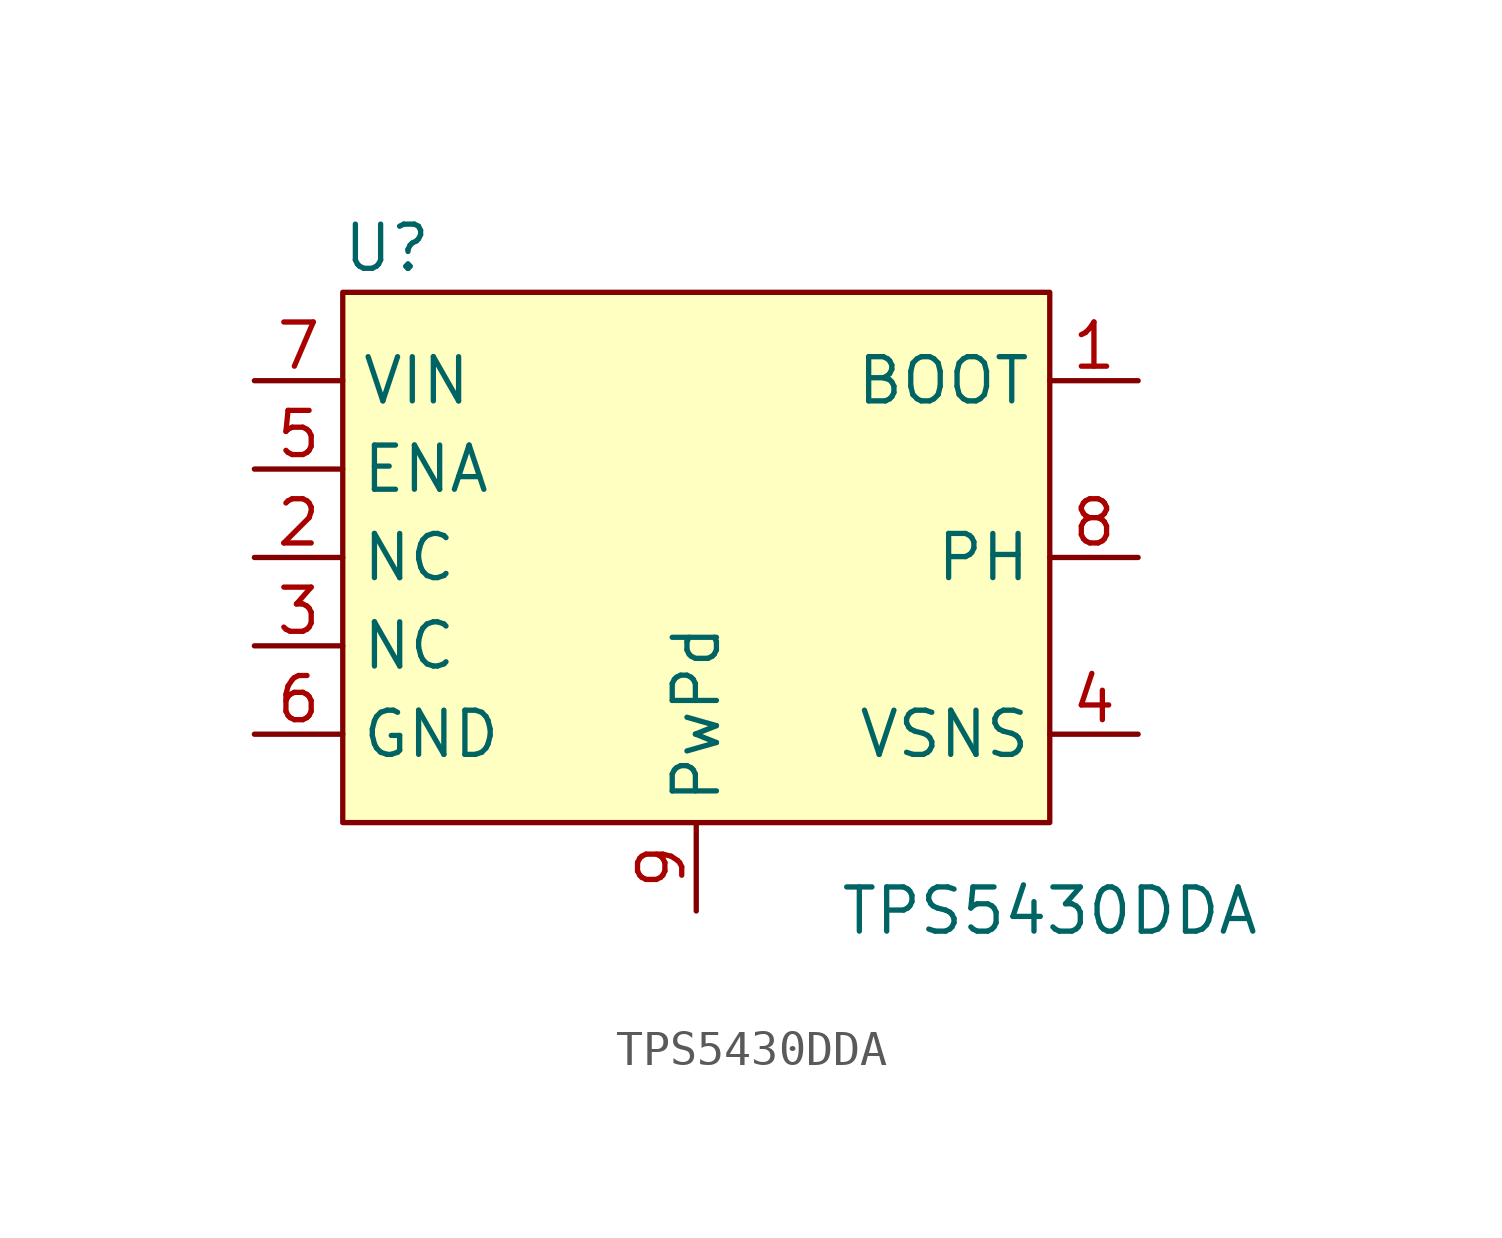
<source format=kicad_sym>
(kicad_symbol_lib
  (version 20211014)
  (generator kicad_symbol_editor)
  (symbol "TPS5430DDA"
    (property "Reference" "U"
      (at 1.27 1.27 0)
      (effects (font (size 1.27 1.27))))
    (property "Value" "TPS5430DDA"
      (at 20.32 -17.78 0)
      (effects (font (size 1.27 1.27))))
    (symbol "TPS5430DDA_0_1"
      (rectangle (start 0 0) (end 20.32 -15.24) (stroke (width 0) (type default) (color 0 0 0 0)) (fill (type background))))
    (symbol "TPS5430DDA_1_1"
      (pin bidirectional line (at 22.86 -2.54 180) (length 2.54) (name "BOOT" (effects (font (size 1.27 1.27)))) (number "1" (effects (font (size 1.27 1.27)))))
      (pin bidirectional line (at -2.54 -7.62 0) (length 2.54) (name "NC" (effects (font (size 1.27 1.27)))) (number "2" (effects (font (size 1.27 1.27)))))
      (pin bidirectional line (at -2.54 -10.16 0) (length 2.54) (name "NC" (effects (font (size 1.27 1.27)))) (number "3" (effects (font (size 1.27 1.27)))))
      (pin bidirectional line (at 22.86 -12.7 180) (length 2.54) (name "VSNS" (effects (font (size 1.27 1.27)))) (number "4" (effects (font (size 1.27 1.27)))))
      (pin bidirectional line (at -2.54 -5.08 0) (length 2.54) (name "ENA" (effects (font (size 1.27 1.27)))) (number "5" (effects (font (size 1.27 1.27)))))
      (pin bidirectional line (at -2.54 -12.7 0) (length 2.54) (name "GND" (effects (font (size 1.27 1.27)))) (number "6" (effects (font (size 1.27 1.27)))))
      (pin bidirectional line (at -2.54 -2.54 0) (length 2.54) (name "VIN" (effects (font (size 1.27 1.27)))) (number "7" (effects (font (size 1.27 1.27)))))
      (pin bidirectional line (at 22.86 -7.62 180) (length 2.54) (name "PH" (effects (font (size 1.27 1.27)))) (number "8" (effects (font (size 1.27 1.27)))))
      (pin bidirectional line (at 10.16 -17.78 90) (length 2.54) (name "PwPd" (effects (font (size 1.27 1.27)))) (number "9" (effects (font (size 1.27 1.27))))))))
</source>
